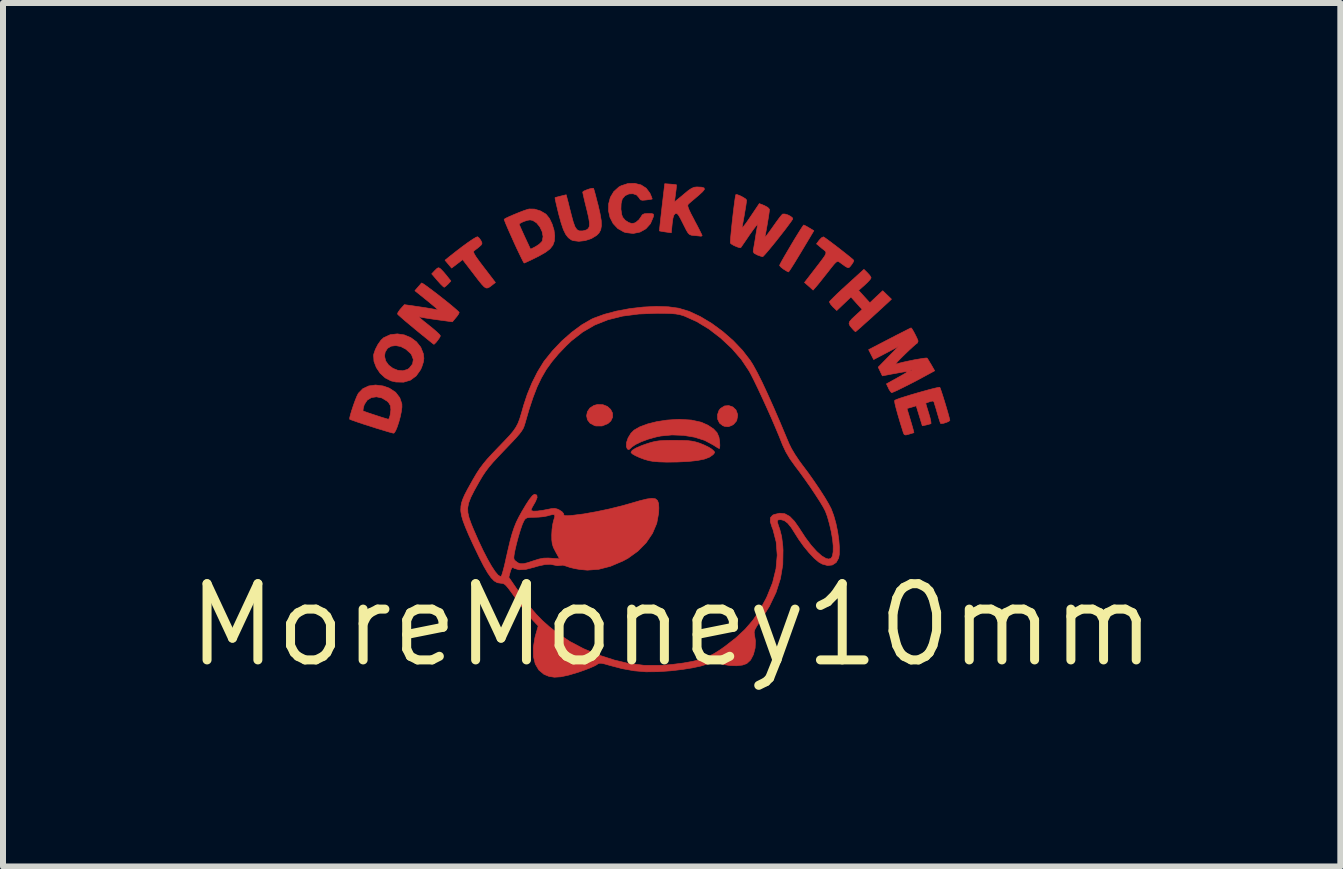
<source format=kicad_pcb>
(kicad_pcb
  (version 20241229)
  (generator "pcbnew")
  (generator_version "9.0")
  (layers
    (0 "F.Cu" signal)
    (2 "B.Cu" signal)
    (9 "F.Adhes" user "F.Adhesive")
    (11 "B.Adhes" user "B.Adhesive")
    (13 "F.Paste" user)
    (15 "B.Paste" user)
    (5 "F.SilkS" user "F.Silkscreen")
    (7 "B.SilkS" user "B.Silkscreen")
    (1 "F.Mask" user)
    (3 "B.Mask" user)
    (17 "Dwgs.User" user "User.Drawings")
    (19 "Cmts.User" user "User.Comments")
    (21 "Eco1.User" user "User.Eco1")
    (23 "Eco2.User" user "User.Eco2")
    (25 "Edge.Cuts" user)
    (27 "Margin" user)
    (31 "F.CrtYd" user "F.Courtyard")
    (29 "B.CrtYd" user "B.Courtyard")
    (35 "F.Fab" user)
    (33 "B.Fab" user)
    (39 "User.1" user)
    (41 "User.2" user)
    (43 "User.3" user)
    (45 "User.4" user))
  (footprint "MoreMoney10mm"
    (layer "F.Cu")
    (at 8.141 7.366)
    (property "Reference" "MoreMoney10mm" (at 0 0 0) (layer "F.SilkS") (effects (font (size 1.27 1.27) (thickness 0.15))))
    (attr through_hole)
    (fp_poly (pts (xy -1.145 -3.673) (xy -1.071 -3.644) (xy -1.016 -3.594) (xy -0.985 -3.533) (xy -0.983 -3.466) (xy -1.013 -3.402) (xy -1.063 -3.357) (xy -1.16 -3.318) (xy -1.263 -3.319) (xy -1.285 -3.325) (xy -1.359 -3.364) (xy -1.403 -3.422) (xy -1.417 -3.489) (xy -1.403 -3.558) (xy -1.361 -3.618) (xy -1.294 -3.661) (xy -1.236 -3.676) (xy -1.145 -3.673)) (stroke (width 0.01) (type solid)) (fill yes) (layer "F.Cu"))
    (fp_poly (pts (xy 1.02 -3.635) (xy 1.072 -3.585) (xy 1.099 -3.513) (xy 1.1 -3.488) (xy 1.084 -3.406) (xy 1.034 -3.347) (xy 1.002 -3.327) (xy 0.944 -3.306) (xy 0.887 -3.311) (xy 0.853 -3.323) (xy 0.798 -3.366) (xy 0.767 -3.431) (xy 0.764 -3.506) (xy 0.789 -3.578) (xy 0.814 -3.61) (xy 0.881 -3.652) (xy 0.953 -3.658) (xy 1.02 -3.635)) (stroke (width 0.01) (type solid)) (fill yes) (layer "F.Cu"))
    (fp_poly (pts (xy -3.854 -5.939) (xy -3.846 -5.932) (xy -3.808 -5.893) (xy -3.76 -5.837) (xy -3.742 -5.814) (xy -3.678 -5.734) (xy -3.726 -5.682) (xy -3.764 -5.647) (xy -3.789 -5.63) (xy -3.791 -5.63) (xy -3.811 -5.645) (xy -3.851 -5.684) (xy -3.9 -5.739) (xy -3.902 -5.741) (xy -3.998 -5.853) (xy -3.943 -5.911) (xy -3.905 -5.947) (xy -3.88 -5.955) (xy -3.854 -5.939)) (stroke (width 0.01) (type solid)) (fill yes) (layer "F.Cu"))
    (fp_poly (pts (xy 2.224 -6.657) (xy 2.27 -6.632) (xy 2.291 -6.619) (xy 2.37 -6.572) (xy 2.164 -6.228) (xy 2.099 -6.121) (xy 2.042 -6.027) (xy 1.995 -5.953) (xy 1.962 -5.903) (xy 1.948 -5.885) (xy 1.948 -5.885) (xy 1.924 -5.895) (xy 1.881 -5.921) (xy 1.868 -5.929) (xy 1.824 -5.962) (xy 1.8 -5.99) (xy 1.799 -5.994) (xy 1.809 -6.018) (xy 1.837 -6.07) (xy 1.879 -6.144) (xy 1.93 -6.231) (xy 1.986 -6.326) (xy 2.043 -6.422) (xy 2.097 -6.51) (xy 2.144 -6.585) (xy 2.179 -6.639) (xy 2.199 -6.666) (xy 2.201 -6.667) (xy 2.224 -6.657)) (stroke (width 0.01) (type solid)) (fill yes) (layer "F.Cu"))
    (fp_poly (pts (xy -3.204 -6.446) (xy -3.177 -6.406) (xy -3.163 -6.378) (xy -3.161 -6.355) (xy -3.176 -6.331) (xy -3.213 -6.298) (xy -3.277 -6.248) (xy -3.295 -6.234) (xy -3.301 -6.217) (xy -3.289 -6.186) (xy -3.258 -6.135) (xy -3.204 -6.06) (xy -3.129 -5.961) (xy -2.936 -5.709) (xy -2.987 -5.669) (xy -3.028 -5.637) (xy -3.061 -5.619) (xy -3.09 -5.617) (xy -3.123 -5.636) (xy -3.164 -5.679) (xy -3.22 -5.748) (xy -3.291 -5.841) (xy -3.482 -6.09) (xy -3.666 -5.949) (xy -3.721 -6.015) (xy -3.776 -6.08) (xy -3.714 -6.131) (xy -3.595 -6.225) (xy -3.485 -6.309) (xy -3.389 -6.379) (xy -3.312 -6.431) (xy -3.258 -6.463) (xy -3.233 -6.471) (xy -3.204 -6.446)) (stroke (width 0.01) (type solid)) (fill yes) (layer "F.Cu"))
    (fp_poly (pts (xy 0.329 -3.417) (xy 0.493 -3.381) (xy 0.605 -3.331) (xy 0.697 -3.27) (xy 0.756 -3.207) (xy 0.788 -3.134) (xy 0.8 -3.059) (xy 0.803 -2.995) (xy 0.8 -2.953) (xy 0.795 -2.942) (xy 0.77 -2.953) (xy 0.724 -2.982) (xy 0.691 -3.003) (xy 0.551 -3.078) (xy 0.384 -3.131) (xy 0.199 -3.162) (xy 0.006 -3.169) (xy -0.183 -3.151) (xy -0.259 -3.135) (xy -0.389 -3.099) (xy -0.505 -3.056) (xy -0.6 -3.011) (xy -0.664 -2.967) (xy -0.676 -2.954) (xy -0.712 -2.924) (xy -0.738 -2.935) (xy -0.754 -2.975) (xy -0.752 -3.042) (xy -0.725 -3.121) (xy -0.678 -3.197) (xy -0.626 -3.249) (xy -0.53 -3.304) (xy -0.401 -3.352) (xy -0.249 -3.39) (xy -0.083 -3.416) (xy 0.088 -3.428) (xy 0.131 -3.429) (xy 0.329 -3.417)) (stroke (width 0.01) (type solid)) (fill yes) (layer "F.Cu"))
    (fp_poly (pts (xy 0.168 -3.078) (xy 0.261 -3.075) (xy 0.335 -3.066) (xy 0.398 -3.053) (xy 0.463 -3.033) (xy 0.466 -3.032) (xy 0.547 -2.999) (xy 0.622 -2.962) (xy 0.667 -2.933) (xy 0.707 -2.898) (xy 0.717 -2.876) (xy 0.701 -2.853) (xy 0.688 -2.839) (xy 0.629 -2.798) (xy 0.544 -2.766) (xy 0.429 -2.743) (xy 0.28 -2.727) (xy 0.093 -2.718) (xy 0.085 -2.718) (xy -0.08 -2.716) (xy -0.21 -2.72) (xy -0.312 -2.729) (xy -0.376 -2.74) (xy -0.454 -2.762) (xy -0.534 -2.792) (xy -0.604 -2.824) (xy -0.656 -2.854) (xy -0.677 -2.878) (xy -0.677 -2.879) (xy -0.657 -2.912) (xy -0.596 -2.95) (xy -0.497 -2.993) (xy -0.423 -3.019) (xy -0.344 -3.044) (xy -0.275 -3.061) (xy -0.206 -3.071) (xy -0.123 -3.077) (xy -0.015 -3.079) (xy 0.042 -3.079) (xy 0.168 -3.078)) (stroke (width 0.01) (type solid)) (fill yes) (layer "F.Cu"))
    (fp_poly (pts (xy 2.532 -6.468) (xy 2.557 -6.452) (xy 2.607 -6.416) (xy 2.675 -6.365) (xy 2.753 -6.306) (xy 2.834 -6.243) (xy 2.91 -6.183) (xy 2.974 -6.132) (xy 3.018 -6.095) (xy 3.035 -6.078) (xy 3.029 -6.054) (xy 3.003 -6.013) (xy 2.995 -6.002) (xy 2.971 -5.972) (xy 2.952 -5.956) (xy 2.929 -5.958) (xy 2.893 -5.978) (xy 2.836 -6.019) (xy 2.801 -6.045) (xy 2.78 -6.058) (xy 2.76 -6.059) (xy 2.736 -6.044) (xy 2.702 -6.008) (xy 2.652 -5.946) (xy 2.61 -5.892) (xy 2.545 -5.81) (xy 2.484 -5.733) (xy 2.435 -5.672) (xy 2.411 -5.644) (xy 2.357 -5.582) (xy 2.286 -5.646) (xy 2.214 -5.709) (xy 2.372 -5.914) (xy 2.453 -6.019) (xy 2.511 -6.096) (xy 2.549 -6.149) (xy 2.568 -6.186) (xy 2.571 -6.212) (xy 2.559 -6.233) (xy 2.534 -6.254) (xy 2.502 -6.279) (xy 2.414 -6.353) (xy 2.46 -6.415) (xy 2.497 -6.454) (xy 2.528 -6.469) (xy 2.532 -6.468)) (stroke (width 0.01) (type solid)) (fill yes) (layer "F.Cu"))
    (fp_poly (pts (xy 3.263 -5.87) (xy 3.302 -5.827) (xy 3.322 -5.792) (xy 3.323 -5.787) (xy 3.308 -5.76) (xy 3.269 -5.717) (xy 3.219 -5.669) (xy 3.115 -5.577) (xy 3.303 -5.371) (xy 3.41 -5.472) (xy 3.517 -5.572) (xy 3.663 -5.431) (xy 3.615 -5.385) (xy 3.554 -5.329) (xy 3.48 -5.261) (xy 3.398 -5.186) (xy 3.314 -5.109) (xy 3.233 -5.037) (xy 3.162 -4.973) (xy 3.106 -4.924) (xy 3.072 -4.895) (xy 3.064 -4.889) (xy 3.045 -4.903) (xy 3.013 -4.937) (xy 3.013 -4.937) (xy 2.972 -4.986) (xy 2.956 -5.022) (xy 2.965 -5.058) (xy 3.004 -5.103) (xy 3.055 -5.151) (xy 3.174 -5.26) (xy 3.081 -5.363) (xy 2.988 -5.467) (xy 2.869 -5.354) (xy 2.751 -5.242) (xy 2.687 -5.303) (xy 2.649 -5.347) (xy 2.63 -5.381) (xy 2.629 -5.388) (xy 2.646 -5.409) (xy 2.69 -5.453) (xy 2.754 -5.516) (xy 2.835 -5.592) (xy 2.919 -5.669) (xy 3.204 -5.928) (xy 3.263 -5.87)) (stroke (width 0.01) (type solid)) (fill yes) (layer "F.Cu"))
    (fp_poly (pts (xy -4.455 -4.836) (xy -4.346 -4.79) (xy -4.252 -4.721) (xy -4.18 -4.63) (xy -4.137 -4.522) (xy -4.128 -4.444) (xy -4.137 -4.382) (xy -4.162 -4.305) (xy -4.182 -4.258) (xy -4.256 -4.153) (xy -4.352 -4.082) (xy -4.466 -4.048) (xy -4.595 -4.051) (xy -4.677 -4.07) (xy -4.773 -4.12) (xy -4.857 -4.197) (xy -4.921 -4.293) (xy -4.96 -4.396) (xy -4.965 -4.483) (xy -4.784 -4.483) (xy -4.765 -4.402) (xy -4.716 -4.333) (xy -4.645 -4.279) (xy -4.563 -4.246) (xy -4.478 -4.238) (xy -4.401 -4.261) (xy -4.372 -4.281) (xy -4.317 -4.351) (xy -4.304 -4.426) (xy -4.333 -4.503) (xy -4.35 -4.527) (xy -4.429 -4.598) (xy -4.513 -4.642) (xy -4.597 -4.658) (xy -4.673 -4.648) (xy -4.734 -4.612) (xy -4.773 -4.55) (xy -4.784 -4.483) (xy -4.965 -4.483) (xy -4.966 -4.497) (xy -4.963 -4.516) (xy -4.936 -4.595) (xy -4.893 -4.678) (xy -4.842 -4.749) (xy -4.799 -4.789) (xy -4.689 -4.839) (xy -4.571 -4.853) (xy -4.455 -4.836)) (stroke (width 0.01) (type solid)) (fill yes) (layer "F.Cu"))
    (fp_poly (pts (xy -0.51 -7.335) (xy -0.424 -7.28) (xy -0.363 -7.199) (xy -0.36 -7.193) (xy -0.337 -7.139) (xy -0.325 -7.105) (xy -0.324 -7.1) (xy -0.345 -7.095) (xy -0.395 -7.088) (xy -0.424 -7.084) (xy -0.485 -7.079) (xy -0.518 -7.086) (xy -0.537 -7.111) (xy -0.54 -7.118) (xy -0.582 -7.166) (xy -0.643 -7.188) (xy -0.712 -7.185) (xy -0.775 -7.156) (xy -0.82 -7.104) (xy -0.823 -7.099) (xy -0.842 -7.023) (xy -0.845 -6.93) (xy -0.832 -6.841) (xy -0.816 -6.796) (xy -0.774 -6.746) (xy -0.718 -6.709) (xy -0.664 -6.692) (xy -0.621 -6.699) (xy -0.595 -6.712) (xy -0.544 -6.755) (xy -0.512 -6.801) (xy -0.489 -6.837) (xy -0.456 -6.854) (xy -0.397 -6.858) (xy -0.388 -6.858) (xy -0.33 -6.857) (xy -0.304 -6.848) (xy -0.301 -6.825) (xy -0.306 -6.8) (xy -0.353 -6.689) (xy -0.429 -6.604) (xy -0.527 -6.549) (xy -0.64 -6.526) (xy -0.761 -6.54) (xy -0.794 -6.55) (xy -0.897 -6.608) (xy -0.975 -6.691) (xy -1.027 -6.793) (xy -1.052 -6.904) (xy -1.05 -7.019) (xy -1.021 -7.128) (xy -0.963 -7.225) (xy -0.878 -7.301) (xy -0.841 -7.321) (xy -0.728 -7.358) (xy -0.615 -7.361) (xy -0.51 -7.335)) (stroke (width 0.01) (type solid)) (fill yes) (layer "F.Cu"))
    (fp_poly (pts (xy -1.301 -7.277) (xy -1.294 -7.255) (xy -1.278 -7.2) (xy -1.257 -7.12) (xy -1.232 -7.022) (xy -1.227 -7.006) (xy -1.193 -6.857) (xy -1.173 -6.742) (xy -1.17 -6.654) (xy -1.182 -6.586) (xy -1.211 -6.533) (xy -1.249 -6.495) (xy -1.337 -6.441) (xy -1.441 -6.407) (xy -1.547 -6.395) (xy -1.641 -6.407) (xy -1.672 -6.419) (xy -1.721 -6.455) (xy -1.764 -6.51) (xy -1.804 -6.591) (xy -1.842 -6.704) (xy -1.882 -6.849) (xy -1.906 -6.949) (xy -1.926 -7.033) (xy -1.939 -7.093) (xy -1.943 -7.121) (xy -1.943 -7.122) (xy -1.92 -7.13) (xy -1.871 -7.143) (xy -1.847 -7.149) (xy -1.757 -7.171) (xy -1.737 -7.094) (xy -1.722 -7.038) (xy -1.702 -6.955) (xy -1.678 -6.862) (xy -1.67 -6.83) (xy -1.639 -6.716) (xy -1.61 -6.637) (xy -1.578 -6.59) (xy -1.54 -6.569) (xy -1.491 -6.568) (xy -1.474 -6.57) (xy -1.422 -6.584) (xy -1.388 -6.608) (xy -1.37 -6.646) (xy -1.369 -6.706) (xy -1.383 -6.793) (xy -1.411 -6.913) (xy -1.417 -6.937) (xy -1.442 -7.037) (xy -1.462 -7.122) (xy -1.476 -7.184) (xy -1.482 -7.215) (xy -1.482 -7.216) (xy -1.464 -7.232) (xy -1.42 -7.251) (xy -1.368 -7.269) (xy -1.323 -7.279) (xy -1.301 -7.277)) (stroke (width 0.01) (type solid)) (fill yes) (layer "F.Cu"))
    (fp_poly (pts (xy -4.808 -3.985) (xy -4.705 -3.949) (xy -4.6 -3.88) (xy -4.53 -3.789) (xy -4.495 -3.686) (xy -4.494 -3.632) (xy -4.504 -3.557) (xy -4.522 -3.47) (xy -4.546 -3.382) (xy -4.573 -3.301) (xy -4.599 -3.239) (xy -4.623 -3.203) (xy -4.634 -3.198) (xy -4.664 -3.205) (xy -4.728 -3.223) (xy -4.817 -3.25) (xy -4.924 -3.282) (xy -5.01 -3.31) (xy -5.124 -3.346) (xy -5.223 -3.379) (xy -5.3 -3.406) (xy -5.35 -3.424) (xy -5.364 -3.43) (xy -5.364 -3.455) (xy -5.351 -3.509) (xy -5.332 -3.573) (xy -5.143 -3.573) (xy -5.142 -3.569) (xy -5.119 -3.56) (xy -5.067 -3.541) (xy -4.996 -3.517) (xy -4.916 -3.491) (xy -4.837 -3.465) (xy -4.771 -3.445) (xy -4.728 -3.432) (xy -4.718 -3.43) (xy -4.705 -3.448) (xy -4.692 -3.492) (xy -4.691 -3.495) (xy -4.678 -3.589) (xy -4.685 -3.656) (xy -4.715 -3.707) (xy -4.741 -3.732) (xy -4.828 -3.785) (xy -4.918 -3.804) (xy -5.002 -3.792) (xy -5.072 -3.749) (xy -5.119 -3.678) (xy -5.125 -3.662) (xy -5.139 -3.607) (xy -5.143 -3.573) (xy -5.332 -3.573) (xy -5.329 -3.582) (xy -5.302 -3.664) (xy -5.273 -3.744) (xy -5.245 -3.813) (xy -5.222 -3.859) (xy -5.22 -3.863) (xy -5.146 -3.939) (xy -5.048 -3.985) (xy -4.933 -4.001) (xy -4.808 -3.985)) (stroke (width 0.01) (type solid)) (fill yes) (layer "F.Cu"))
    (fp_poly (pts (xy -2.284 -6.932) (xy -2.187 -6.902) (xy -2.102 -6.853) (xy -2.088 -6.841) (xy -2.036 -6.776) (xy -1.992 -6.684) (xy -1.96 -6.582) (xy -1.948 -6.486) (xy -1.948 -6.485) (xy -1.954 -6.4) (xy -1.979 -6.33) (xy -2.027 -6.269) (xy -2.103 -6.211) (xy -2.214 -6.148) (xy -2.244 -6.133) (xy -2.327 -6.092) (xy -2.397 -6.059) (xy -2.443 -6.038) (xy -2.457 -6.033) (xy -2.47 -6.051) (xy -2.496 -6.102) (xy -2.534 -6.18) (xy -2.581 -6.278) (xy -2.633 -6.391) (xy -2.634 -6.394) (xy -2.685 -6.508) (xy -2.729 -6.607) (xy -2.759 -6.679) (xy -2.54 -6.679) (xy -2.532 -6.658) (xy -2.509 -6.606) (xy -2.476 -6.533) (xy -2.446 -6.467) (xy -2.351 -6.264) (xy -2.265 -6.308) (xy -2.207 -6.346) (xy -2.164 -6.388) (xy -2.155 -6.402) (xy -2.142 -6.475) (xy -2.158 -6.557) (xy -2.196 -6.636) (xy -2.25 -6.702) (xy -2.314 -6.743) (xy -2.359 -6.752) (xy -2.404 -6.745) (xy -2.459 -6.727) (xy -2.509 -6.705) (xy -2.538 -6.685) (xy -2.54 -6.679) (xy -2.759 -6.679) (xy -2.763 -6.687) (xy -2.784 -6.741) (xy -2.791 -6.762) (xy -2.791 -6.762) (xy -2.761 -6.781) (xy -2.702 -6.809) (xy -2.625 -6.842) (xy -2.542 -6.876) (xy -2.464 -6.906) (xy -2.401 -6.927) (xy -2.372 -6.934) (xy -2.284 -6.932)) (stroke (width 0.01) (type solid)) (fill yes) (layer "F.Cu"))
    (fp_poly (pts (xy -4.148 -5.693) (xy -4.103 -5.663) (xy -4.038 -5.615) (xy -3.959 -5.556) (xy -3.872 -5.489) (xy -3.784 -5.42) (xy -3.701 -5.353) (xy -3.629 -5.293) (xy -3.575 -5.246) (xy -3.544 -5.216) (xy -3.54 -5.21) (xy -3.549 -5.186) (xy -3.578 -5.144) (xy -3.594 -5.125) (xy -3.653 -5.054) (xy -3.913 -5.089) (xy -4.016 -5.104) (xy -4.106 -5.118) (xy -4.173 -5.13) (xy -4.208 -5.138) (xy -4.208 -5.138) (xy -4.207 -5.131) (xy -4.177 -5.103) (xy -4.123 -5.058) (xy -4.051 -5.001) (xy -4.048 -4.998) (xy -3.971 -4.936) (xy -3.909 -4.882) (xy -3.867 -4.841) (xy -3.853 -4.82) (xy -3.865 -4.793) (xy -3.893 -4.752) (xy -3.926 -4.71) (xy -3.954 -4.683) (xy -3.962 -4.679) (xy -3.98 -4.692) (xy -4.025 -4.728) (xy -4.092 -4.782) (xy -4.176 -4.85) (xy -4.265 -4.923) (xy -4.36 -5.002) (xy -4.444 -5.072) (xy -4.509 -5.129) (xy -4.553 -5.168) (xy -4.568 -5.185) (xy -4.559 -5.211) (xy -4.529 -5.254) (xy -4.514 -5.272) (xy -4.453 -5.34) (xy -4.204 -5.304) (xy -4.103 -5.289) (xy -4.015 -5.274) (xy -3.951 -5.263) (xy -3.919 -5.256) (xy -3.896 -5.25) (xy -3.905 -5.264) (xy -3.916 -5.275) (xy -3.945 -5.301) (xy -3.999 -5.346) (xy -4.068 -5.403) (xy -4.113 -5.439) (xy -4.278 -5.572) (xy -4.23 -5.628) (xy -4.193 -5.67) (xy -4.169 -5.699) (xy -4.167 -5.701) (xy -4.148 -5.693)) (stroke (width 0.01) (type solid)) (fill yes) (layer "F.Cu"))
    (fp_poly (pts (xy -0.021 -7.348) (xy 0.037 -7.343) (xy 0.074 -7.338) (xy 0.08 -7.336) (xy 0.08 -7.314) (xy 0.075 -7.261) (xy 0.066 -7.195) (xy 0.057 -7.125) (xy 0.051 -7.075) (xy 0.05 -7.056) (xy 0.066 -7.067) (xy 0.107 -7.1) (xy 0.166 -7.148) (xy 0.2 -7.177) (xy 0.276 -7.24) (xy 0.331 -7.277) (xy 0.376 -7.296) (xy 0.419 -7.301) (xy 0.422 -7.301) (xy 0.5 -7.297) (xy 0.541 -7.284) (xy 0.546 -7.26) (xy 0.514 -7.22) (xy 0.448 -7.16) (xy 0.442 -7.155) (xy 0.375 -7.098) (xy 0.319 -7.051) (xy 0.283 -7.019) (xy 0.278 -7.015) (xy 0.269 -6.998) (xy 0.272 -6.97) (xy 0.289 -6.924) (xy 0.322 -6.854) (xy 0.375 -6.754) (xy 0.378 -6.746) (xy 0.427 -6.655) (xy 0.467 -6.577) (xy 0.495 -6.52) (xy 0.508 -6.492) (xy 0.508 -6.49) (xy 0.492 -6.48) (xy 0.482 -6.481) (xy 0.445 -6.485) (xy 0.386 -6.491) (xy 0.369 -6.492) (xy 0.329 -6.497) (xy 0.3 -6.508) (xy 0.275 -6.532) (xy 0.247 -6.577) (xy 0.21 -6.65) (xy 0.191 -6.688) (xy 0.147 -6.775) (xy 0.116 -6.829) (xy 0.093 -6.855) (xy 0.073 -6.861) (xy 0.061 -6.857) (xy 0.038 -6.832) (xy 0.022 -6.781) (xy 0.01 -6.697) (xy 0.009 -6.687) (xy -0.006 -6.537) (xy -0.103 -6.551) (xy -0.161 -6.56) (xy -0.198 -6.567) (xy -0.203 -6.569) (xy -0.202 -6.59) (xy -0.196 -6.646) (xy -0.187 -6.732) (xy -0.175 -6.839) (xy -0.161 -6.963) (xy -0.161 -6.964) (xy -0.115 -7.355) (xy -0.021 -7.348)) (stroke (width 0.01) (type solid)) (fill yes) (layer "F.Cu"))
    (fp_poly (pts (xy 4.005 -4.936) (xy 4.031 -4.893) (xy 4.06 -4.838) (xy 4.087 -4.783) (xy 4.104 -4.742) (xy 4.106 -4.73) (xy 4.094 -4.7) (xy 4.087 -4.695) (xy 4.065 -4.679) (xy 4.02 -4.639) (xy 3.957 -4.581) (xy 3.884 -4.511) (xy 3.883 -4.51) (xy 3.816 -4.444) (xy 3.766 -4.392) (xy 3.738 -4.358) (xy 3.736 -4.348) (xy 3.738 -4.348) (xy 3.785 -4.363) (xy 3.857 -4.381) (xy 3.944 -4.4) (xy 4.035 -4.419) (xy 4.122 -4.434) (xy 4.195 -4.446) (xy 4.243 -4.451) (xy 4.257 -4.449) (xy 4.274 -4.424) (xy 4.304 -4.374) (xy 4.327 -4.336) (xy 4.383 -4.238) (xy 4.208 -4.143) (xy 4.095 -4.082) (xy 3.983 -4.024) (xy 3.878 -3.971) (xy 3.787 -3.926) (xy 3.717 -3.893) (xy 3.675 -3.876) (xy 3.666 -3.873) (xy 3.647 -3.891) (xy 3.62 -3.933) (xy 3.614 -3.947) (xy 3.579 -4.02) (xy 3.774 -4.128) (xy 3.852 -4.172) (xy 3.902 -4.202) (xy 3.92 -4.218) (xy 3.905 -4.223) (xy 3.854 -4.217) (xy 3.765 -4.201) (xy 3.666 -4.183) (xy 3.511 -4.153) (xy 3.468 -4.244) (xy 3.979 -4.244) (xy 3.99 -4.233) (xy 4 -4.244) (xy 3.99 -4.255) (xy 3.979 -4.244) (xy 3.468 -4.244) (xy 3.442 -4.298) (xy 3.61 -4.47) (xy 3.778 -4.642) (xy 3.572 -4.533) (xy 3.366 -4.425) (xy 3.324 -4.507) (xy 3.282 -4.59) (xy 3.633 -4.772) (xy 3.743 -4.829) (xy 3.84 -4.878) (xy 3.918 -4.918) (xy 3.97 -4.944) (xy 3.99 -4.953) (xy 3.99 -4.953) (xy 4.005 -4.936)) (stroke (width 0.01) (type solid)) (fill yes) (layer "F.Cu"))
    (fp_poly (pts (xy 4.468 -3.963) (xy 4.479 -3.938) (xy 4.498 -3.882) (xy 4.523 -3.805) (xy 4.551 -3.715) (xy 4.579 -3.622) (xy 4.604 -3.536) (xy 4.623 -3.466) (xy 4.634 -3.422) (xy 4.636 -3.413) (xy 4.618 -3.395) (xy 4.576 -3.377) (xy 4.528 -3.362) (xy 4.49 -3.358) (xy 4.48 -3.362) (xy 4.471 -3.388) (xy 4.453 -3.443) (xy 4.431 -3.518) (xy 4.426 -3.535) (xy 4.403 -3.614) (xy 4.383 -3.678) (xy 4.372 -3.716) (xy 4.371 -3.719) (xy 4.353 -3.734) (xy 4.312 -3.727) (xy 4.298 -3.722) (xy 4.254 -3.706) (xy 4.233 -3.697) (xy 4.233 -3.697) (xy 4.239 -3.677) (xy 4.254 -3.626) (xy 4.276 -3.554) (xy 4.284 -3.529) (xy 4.306 -3.453) (xy 4.319 -3.393) (xy 4.322 -3.36) (xy 4.321 -3.357) (xy 4.292 -3.348) (xy 4.243 -3.335) (xy 4.242 -3.335) (xy 4.177 -3.321) (xy 4.126 -3.487) (xy 4.075 -3.654) (xy 3.998 -3.631) (xy 3.921 -3.609) (xy 3.981 -3.409) (xy 4.006 -3.324) (xy 4.025 -3.257) (xy 4.035 -3.215) (xy 4.037 -3.206) (xy 4.016 -3.2) (xy 3.969 -3.186) (xy 3.954 -3.181) (xy 3.902 -3.168) (xy 3.876 -3.175) (xy 3.86 -3.207) (xy 3.855 -3.225) (xy 3.802 -3.395) (xy 3.763 -3.529) (xy 3.736 -3.628) (xy 3.72 -3.695) (xy 3.715 -3.734) (xy 3.718 -3.746) (xy 3.746 -3.759) (xy 3.805 -3.781) (xy 3.888 -3.807) (xy 3.987 -3.838) (xy 4.093 -3.869) (xy 4.2 -3.899) (xy 4.298 -3.926) (xy 4.381 -3.947) (xy 4.44 -3.96) (xy 4.467 -3.963) (xy 4.468 -3.963)) (stroke (width 0.01) (type solid)) (fill yes) (layer "F.Cu"))
    (fp_poly (pts (xy 1.095 -7.172) (xy 1.14 -7.155) (xy 1.19 -7.129) (xy 1.231 -7.103) (xy 1.249 -7.082) (xy 1.249 -7.082) (xy 1.245 -7.047) (xy 1.236 -6.982) (xy 1.222 -6.9) (xy 1.207 -6.811) (xy 1.192 -6.728) (xy 1.18 -6.662) (xy 1.174 -6.636) (xy 1.177 -6.624) (xy 1.201 -6.647) (xy 1.244 -6.703) (xy 1.305 -6.792) (xy 1.309 -6.798) (xy 1.461 -7.024) (xy 1.545 -6.991) (xy 1.601 -6.961) (xy 1.628 -6.931) (xy 1.63 -6.924) (xy 1.626 -6.887) (xy 1.617 -6.821) (xy 1.603 -6.737) (xy 1.588 -6.647) (xy 1.573 -6.563) (xy 1.56 -6.497) (xy 1.553 -6.466) (xy 1.559 -6.466) (xy 1.585 -6.496) (xy 1.626 -6.551) (xy 1.679 -6.625) (xy 1.684 -6.632) (xy 1.742 -6.714) (xy 1.793 -6.783) (xy 1.831 -6.831) (xy 1.851 -6.85) (xy 1.888 -6.85) (xy 1.937 -6.835) (xy 1.983 -6.811) (xy 2.014 -6.785) (xy 2.018 -6.767) (xy 1.989 -6.723) (xy 1.941 -6.658) (xy 1.881 -6.578) (xy 1.812 -6.49) (xy 1.741 -6.4) (xy 1.672 -6.315) (xy 1.61 -6.24) (xy 1.56 -6.182) (xy 1.527 -6.147) (xy 1.517 -6.139) (xy 1.482 -6.148) (xy 1.429 -6.167) (xy 1.422 -6.171) (xy 1.375 -6.196) (xy 1.359 -6.224) (xy 1.363 -6.26) (xy 1.372 -6.311) (xy 1.385 -6.386) (xy 1.398 -6.466) (xy 1.411 -6.549) (xy 1.424 -6.622) (xy 1.433 -6.668) (xy 1.427 -6.672) (xy 1.402 -6.645) (xy 1.362 -6.593) (xy 1.31 -6.52) (xy 1.302 -6.509) (xy 1.246 -6.426) (xy 1.199 -6.358) (xy 1.166 -6.31) (xy 1.152 -6.29) (xy 1.152 -6.29) (xy 1.128 -6.29) (xy 1.084 -6.305) (xy 1.034 -6.327) (xy 0.994 -6.351) (xy 0.979 -6.366) (xy 0.979 -6.393) (xy 0.983 -6.454) (xy 0.991 -6.54) (xy 1.001 -6.643) (xy 1.013 -6.755) (xy 1.026 -6.869) (xy 1.039 -6.975) (xy 1.051 -7.066) (xy 1.061 -7.134) (xy 1.069 -7.17) (xy 1.07 -7.174) (xy 1.095 -7.172)) (stroke (width 0.01) (type solid)) (fill yes) (layer "F.Cu"))
    (fp_poly (pts (xy -0.052 -5.304) (xy 0.116 -5.281) (xy 0.292 -5.228) (xy 0.478 -5.141) (xy 0.668 -5.027) (xy 0.853 -4.891) (xy 1.027 -4.739) (xy 1.182 -4.576) (xy 1.311 -4.408) (xy 1.358 -4.333) (xy 1.426 -4.209) (xy 1.507 -4.048) (xy 1.598 -3.853) (xy 1.699 -3.628) (xy 1.808 -3.376) (xy 1.924 -3.1) (xy 1.957 -3.022) (xy 1.997 -2.941) (xy 2.056 -2.842) (xy 2.125 -2.739) (xy 2.168 -2.68) (xy 2.272 -2.542) (xy 2.373 -2.399) (xy 2.467 -2.26) (xy 2.55 -2.131) (xy 2.615 -2.021) (xy 2.658 -1.939) (xy 2.7 -1.828) (xy 2.737 -1.697) (xy 2.766 -1.557) (xy 2.786 -1.417) (xy 2.796 -1.288) (xy 2.794 -1.181) (xy 2.783 -1.118) (xy 2.742 -1.044) (xy 2.678 -1.002) (xy 2.598 -0.993) (xy 2.508 -1.018) (xy 2.449 -1.052) (xy 2.375 -1.115) (xy 2.29 -1.205) (xy 2.201 -1.313) (xy 2.118 -1.429) (xy 2.064 -1.514) (xy 1.994 -1.625) (xy 1.933 -1.7) (xy 1.877 -1.742) (xy 1.822 -1.757) (xy 1.817 -1.757) (xy 1.782 -1.755) (xy 1.764 -1.745) (xy 1.762 -1.718) (xy 1.777 -1.667) (xy 1.802 -1.596) (xy 1.833 -1.475) (xy 1.852 -1.32) (xy 1.856 -1.249) (xy 1.852 -1.008) (xy 1.813 -0.776) (xy 1.74 -0.546) (xy 1.629 -0.314) (xy 1.48 -0.074) (xy 1.473 -0.064) (xy 1.418 0.018) (xy 1.387 0.074) (xy 1.375 0.115) (xy 1.378 0.148) (xy 1.397 0.265) (xy 1.391 0.383) (xy 1.362 0.492) (xy 1.315 0.582) (xy 1.251 0.641) (xy 1.179 0.666) (xy 1.082 0.677) (xy 0.976 0.674) (xy 0.874 0.658) (xy 0.811 0.636) (xy 0.762 0.615) (xy 0.725 0.607) (xy 0.685 0.614) (xy 0.626 0.635) (xy 0.6 0.646) (xy 0.49 0.681) (xy 0.347 0.712) (xy 0.177 0.739) (xy -0.011 0.761) (xy -0.209 0.775) (xy -0.222 0.776) (xy -0.428 0.778) (xy -0.626 0.761) (xy -0.83 0.724) (xy -1.028 0.672) (xy -1.112 0.648) (xy -1.166 0.636) (xy -1.201 0.635) (xy -1.227 0.644) (xy -1.252 0.662) (xy -1.293 0.684) (xy -1.364 0.715) (xy -1.455 0.75) (xy -1.555 0.785) (xy -1.716 0.833) (xy -1.846 0.861) (xy -1.953 0.868) (xy -2.044 0.854) (xy -2.124 0.821) (xy -2.127 0.82) (xy -2.213 0.748) (xy -2.272 0.648) (xy -2.303 0.522) (xy -2.305 0.374) (xy -2.278 0.208) (xy -2.265 0.16) (xy -2.223 0.014) (xy -2.325 -0.094) (xy -2.375 -0.152) (xy -2.442 -0.235) (xy -2.516 -0.332) (xy -2.59 -0.433) (xy -2.602 -0.45) (xy -2.671 -0.547) (xy -2.722 -0.615) (xy -2.759 -0.659) (xy -2.788 -0.684) (xy -2.815 -0.695) (xy -2.844 -0.698) (xy -2.852 -0.699) (xy -2.905 -0.707) (xy -2.956 -0.736) (xy -3.008 -0.789) (xy -3.065 -0.87) (xy -3.13 -0.982) (xy -3.206 -1.13) (xy -3.215 -1.149) (xy -3.307 -1.341) (xy -3.38 -1.5) (xy -3.435 -1.63) (xy -3.475 -1.735) (xy -3.5 -1.82) (xy -3.512 -1.889) (xy -3.514 -1.922) (xy -3.512 -1.954) (xy -3.398 -1.954) (xy -3.395 -1.874) (xy -3.375 -1.787) (xy -3.338 -1.684) (xy -3.299 -1.59) (xy -3.219 -1.408) (xy -3.142 -1.245) (xy -3.069 -1.103) (xy -3.002 -0.985) (xy -2.943 -0.895) (xy -2.894 -0.836) (xy -2.857 -0.811) (xy -2.838 -0.816) (xy -2.827 -0.844) (xy -2.809 -0.904) (xy -2.787 -0.988) (xy -2.764 -1.087) (xy -2.764 -1.09) (xy -2.757 -1.121) (xy -2.63 -1.121) (xy -2.624 -1.093) (xy -2.607 -1.073) (xy -2.606 -1.072) (xy -2.563 -1.039) (xy -2.521 -1.023) (xy -2.47 -1.023) (xy -2.4 -1.04) (xy -2.306 -1.071) (xy -2.211 -1.101) (xy -2.134 -1.116) (xy -2.057 -1.118) (xy -2.008 -1.115) (xy -1.868 -1.104) (xy -1.934 -1.224) (xy -1.97 -1.294) (xy -1.989 -1.354) (xy -1.997 -1.421) (xy -1.998 -1.503) (xy -1.993 -1.596) (xy -1.98 -1.686) (xy -1.964 -1.752) (xy -1.947 -1.807) (xy -1.95 -1.837) (xy -1.98 -1.843) (xy -2.041 -1.829) (xy -2.074 -1.819) (xy -2.136 -1.807) (xy -2.219 -1.799) (xy -2.287 -1.797) (xy -2.364 -1.795) (xy -2.409 -1.788) (xy -2.437 -1.772) (xy -2.459 -1.742) (xy -2.46 -1.74) (xy -2.488 -1.679) (xy -2.52 -1.586) (xy -2.554 -1.473) (xy -2.587 -1.348) (xy -2.611 -1.244) (xy -2.625 -1.168) (xy -2.63 -1.121) (xy -2.757 -1.121) (xy -2.724 -1.266) (xy -2.69 -1.409) (xy -2.658 -1.525) (xy -2.625 -1.624) (xy -2.589 -1.714) (xy -2.546 -1.801) (xy -2.494 -1.895) (xy -2.43 -2.002) (xy -2.428 -2.006) (xy -2.369 -2.096) (xy -2.321 -2.156) (xy -2.288 -2.18) (xy -2.285 -2.18) (xy -2.247 -2.167) (xy -2.241 -2.127) (xy -2.268 -2.06) (xy -2.289 -2.023) (xy -2.322 -1.966) (xy -2.34 -1.925) (xy -2.341 -1.91) (xy -2.305 -1.899) (xy -2.236 -1.901) (xy -2.141 -1.914) (xy -2.08 -1.926) (xy -2.004 -1.941) (xy -1.953 -1.945) (xy -1.91 -1.936) (xy -1.874 -1.92) (xy -1.826 -1.889) (xy -1.8 -1.857) (xy -1.799 -1.85) (xy -1.794 -1.832) (xy -1.774 -1.824) (xy -1.729 -1.823) (xy -1.652 -1.829) (xy -1.646 -1.83) (xy -1.463 -1.853) (xy -1.255 -1.89) (xy -1.037 -1.936) (xy -0.823 -1.989) (xy -0.678 -2.03) (xy -0.527 -2.074) (xy -0.412 -2.102) (xy -0.328 -2.113) (xy -0.27 -2.105) (xy -0.235 -2.076) (xy -0.217 -2.025) (xy -0.213 -1.951) (xy -0.216 -1.87) (xy -0.248 -1.696) (xy -0.319 -1.529) (xy -0.425 -1.372) (xy -0.562 -1.233) (xy -0.727 -1.114) (xy -0.813 -1.068) (xy -1.02 -0.98) (xy -1.215 -0.93) (xy -1.404 -0.916) (xy -1.526 -0.927) (xy -1.614 -0.942) (xy -1.693 -0.961) (xy -1.746 -0.979) (xy -1.751 -0.981) (xy -1.811 -0.999) (xy -1.852 -0.995) (xy -1.905 -0.99) (xy -1.943 -0.998) (xy -2.02 -1.014) (xy -2.112 -1.009) (xy -2.229 -0.983) (xy -2.296 -0.963) (xy -2.433 -0.928) (xy -2.542 -0.922) (xy -2.623 -0.946) (xy -2.639 -0.957) (xy -2.659 -0.957) (xy -2.678 -0.922) (xy -2.689 -0.887) (xy -2.713 -0.797) (xy -2.581 -0.605) (xy -2.462 -0.437) (xy -2.355 -0.297) (xy -2.254 -0.179) (xy -2.15 -0.073) (xy -2.035 0.029) (xy -1.902 0.134) (xy -1.894 0.14) (xy -1.697 0.272) (xy -1.469 0.392) (xy -1.218 0.497) (xy -0.955 0.582) (xy -0.738 0.634) (xy -0.459 0.67) (xy -0.16 0.67) (xy 0.011 0.655) (xy 0.199 0.631) (xy 0.354 0.603) (xy 0.484 0.571) (xy 0.599 0.529) (xy 0.705 0.476) (xy 0.813 0.408) (xy 0.889 0.354) (xy 1.073 0.21) (xy 1.224 0.069) (xy 1.352 -0.079) (xy 1.464 -0.243) (xy 1.568 -0.433) (xy 1.589 -0.476) (xy 1.682 -0.707) (xy 1.739 -0.939) (xy 1.759 -1.166) (xy 1.742 -1.385) (xy 1.689 -1.591) (xy 1.671 -1.636) (xy 1.643 -1.725) (xy 1.646 -1.789) (xy 1.682 -1.831) (xy 1.707 -1.843) (xy 1.801 -1.865) (xy 1.886 -1.856) (xy 1.967 -1.812) (xy 2.046 -1.731) (xy 2.13 -1.611) (xy 2.138 -1.597) (xy 2.232 -1.454) (xy 2.326 -1.329) (xy 2.417 -1.228) (xy 2.501 -1.153) (xy 2.574 -1.11) (xy 2.617 -1.101) (xy 2.655 -1.112) (xy 2.679 -1.151) (xy 2.691 -1.221) (xy 2.692 -1.32) (xy 2.682 -1.426) (xy 2.66 -1.555) (xy 2.629 -1.689) (xy 2.594 -1.812) (xy 2.562 -1.898) (xy 2.527 -1.965) (xy 2.471 -2.058) (xy 2.398 -2.171) (xy 2.314 -2.297) (xy 2.222 -2.428) (xy 2.128 -2.558) (xy 2.061 -2.646) (xy 1.97 -2.773) (xy 1.902 -2.888) (xy 1.847 -3.006) (xy 1.835 -3.037) (xy 1.787 -3.157) (xy 1.727 -3.3) (xy 1.66 -3.456) (xy 1.587 -3.619) (xy 1.513 -3.781) (xy 1.442 -3.933) (xy 1.377 -4.068) (xy 1.322 -4.177) (xy 1.29 -4.235) (xy 1.163 -4.425) (xy 1.004 -4.609) (xy 0.821 -4.78) (xy 0.624 -4.932) (xy 0.419 -5.057) (xy 0.216 -5.148) (xy 0.191 -5.157) (xy 0.133 -5.174) (xy 0.067 -5.185) (xy -0.014 -5.192) (xy -0.121 -5.195) (xy -0.243 -5.196) (xy -0.546 -5.184) (xy -0.817 -5.149) (xy -1.061 -5.088) (xy -1.282 -5) (xy -1.483 -4.883) (xy -1.67 -4.737) (xy -1.76 -4.651) (xy -1.888 -4.517) (xy -1.996 -4.388) (xy -2.089 -4.259) (xy -2.169 -4.121) (xy -2.242 -3.969) (xy -2.309 -3.795) (xy -2.376 -3.593) (xy -2.444 -3.358) (xy -2.458 -3.314) (xy -2.475 -3.274) (xy -2.501 -3.232) (xy -2.538 -3.183) (xy -2.592 -3.121) (xy -2.667 -3.041) (xy -2.766 -2.937) (xy -2.779 -2.924) (xy -2.889 -2.808) (xy -2.975 -2.715) (xy -3.043 -2.635) (xy -3.099 -2.561) (xy -3.15 -2.485) (xy -3.201 -2.399) (xy -3.214 -2.376) (xy -3.291 -2.238) (xy -3.347 -2.127) (xy -3.382 -2.035) (xy -3.398 -1.954) (xy -3.512 -1.954) (xy -3.511 -1.98) (xy -3.501 -2.036) (xy -3.481 -2.097) (xy -3.449 -2.171) (xy -3.4 -2.265) (xy -3.333 -2.385) (xy -3.306 -2.433) (xy -3.25 -2.528) (xy -3.197 -2.609) (xy -3.14 -2.685) (xy -3.074 -2.765) (xy -2.99 -2.856) (xy -2.883 -2.968) (xy -2.877 -2.974) (xy -2.775 -3.08) (xy -2.696 -3.164) (xy -2.638 -3.234) (xy -2.594 -3.298) (xy -2.559 -3.365) (xy -2.53 -3.442) (xy -2.501 -3.538) (xy -2.466 -3.661) (xy -2.466 -3.662) (xy -2.405 -3.847) (xy -2.326 -4.038) (xy -2.235 -4.219) (xy -2.139 -4.376) (xy -2.126 -4.396) (xy -1.989 -4.567) (xy -1.834 -4.731) (xy -1.667 -4.878) (xy -1.498 -5.003) (xy -1.334 -5.098) (xy -1.299 -5.114) (xy -1.121 -5.179) (xy -0.917 -5.233) (xy -0.698 -5.274) (xy -0.473 -5.3) (xy -0.254 -5.311) (xy -0.052 -5.304)) (stroke (width 0.01) (type solid)) (fill yes) (layer "F.Cu"))
    (fp_poly (pts (xy -3.883 -5.946) (xy -3.859 -5.93) (xy -3.818 -5.891) (xy -3.77 -5.839) (xy -3.676 -5.735) (xy -3.726 -5.683) (xy -3.762 -5.648) (xy -3.786 -5.633) (xy -3.787 -5.633) (xy -3.806 -5.648) (xy -3.846 -5.687) (xy -3.896 -5.742) (xy -3.9 -5.745) (xy -4 -5.856) (xy -3.951 -5.902) (xy -3.911 -5.933) (xy -3.883 -5.946) (xy -3.883 -5.946)) (stroke (width 0.01) (type solid)) (fill yes) (layer "F.Mask"))
    (fp_poly (pts (xy 2.214 -6.662) (xy 2.253 -6.64) (xy 2.297 -6.608) (xy 2.332 -6.576) (xy 2.345 -6.553) (xy 2.345 -6.552) (xy 2.333 -6.525) (xy 2.303 -6.47) (xy 2.26 -6.395) (xy 2.208 -6.307) (xy 2.152 -6.212) (xy 2.095 -6.118) (xy 2.042 -6.031) (xy 1.997 -5.959) (xy 1.965 -5.909) (xy 1.948 -5.887) (xy 1.947 -5.887) (xy 1.924 -5.898) (xy 1.88 -5.923) (xy 1.868 -5.93) (xy 1.824 -5.962) (xy 1.8 -5.987) (xy 1.799 -5.991) (xy 1.809 -6.012) (xy 1.837 -6.062) (xy 1.878 -6.135) (xy 1.929 -6.222) (xy 1.984 -6.318) (xy 2.041 -6.414) (xy 2.094 -6.504) (xy 2.14 -6.58) (xy 2.174 -6.636) (xy 2.193 -6.664) (xy 2.193 -6.665) (xy 2.214 -6.662)) (stroke (width 0.01) (type solid)) (fill yes) (layer "F.Mask"))
    (fp_poly (pts (xy -4.458 -4.832) (xy -4.347 -4.784) (xy -4.239 -4.702) (xy -4.168 -4.603) (xy -4.134 -4.492) (xy -4.138 -4.376) (xy -4.181 -4.26) (xy -4.241 -4.175) (xy -4.337 -4.093) (xy -4.447 -4.05) (xy -4.567 -4.048) (xy -4.698 -4.087) (xy -4.71 -4.093) (xy -4.827 -4.167) (xy -4.909 -4.26) (xy -4.955 -4.368) (xy -4.962 -4.455) (xy -4.788 -4.455) (xy -4.756 -4.378) (xy -4.692 -4.31) (xy -4.641 -4.277) (xy -4.539 -4.239) (xy -4.45 -4.24) (xy -4.374 -4.281) (xy -4.359 -4.295) (xy -4.319 -4.345) (xy -4.298 -4.392) (xy -4.297 -4.402) (xy -4.315 -4.481) (xy -4.364 -4.551) (xy -4.434 -4.606) (xy -4.517 -4.642) (xy -4.602 -4.656) (xy -4.681 -4.643) (xy -4.741 -4.604) (xy -4.783 -4.533) (xy -4.788 -4.455) (xy -4.962 -4.455) (xy -4.964 -4.484) (xy -4.933 -4.604) (xy -4.887 -4.688) (xy -4.803 -4.775) (xy -4.699 -4.829) (xy -4.582 -4.848) (xy -4.458 -4.832)) (stroke (width 0.01) (type solid)) (fill yes) (layer "F.Mask"))
    (fp_poly (pts (xy -3.221 -6.463) (xy -3.192 -6.428) (xy -3.169 -6.385) (xy -3.158 -6.348) (xy -3.166 -6.329) (xy -3.17 -6.328) (xy -3.194 -6.315) (xy -3.238 -6.284) (xy -3.256 -6.269) (xy -3.327 -6.211) (xy -3.132 -5.961) (xy -3.065 -5.874) (xy -3.009 -5.8) (xy -2.968 -5.743) (xy -2.947 -5.712) (xy -2.945 -5.707) (xy -2.965 -5.692) (xy -3.006 -5.662) (xy -3.014 -5.655) (xy -3.059 -5.625) (xy -3.09 -5.61) (xy -3.092 -5.609) (xy -3.111 -5.625) (xy -3.15 -5.669) (xy -3.204 -5.735) (xy -3.268 -5.816) (xy -3.295 -5.851) (xy -3.48 -6.092) (xy -3.57 -6.028) (xy -3.626 -5.99) (xy -3.661 -5.977) (xy -3.687 -5.985) (xy -3.694 -5.991) (xy -3.728 -6.022) (xy -3.746 -6.049) (xy -3.744 -6.079) (xy -3.719 -6.114) (xy -3.668 -6.162) (xy -3.588 -6.226) (xy -3.514 -6.284) (xy -3.425 -6.351) (xy -3.348 -6.408) (xy -3.289 -6.451) (xy -3.254 -6.474) (xy -3.248 -6.477) (xy -3.221 -6.463)) (stroke (width 0.01) (type solid)) (fill yes) (layer "F.Mask"))
    (fp_poly (pts (xy 2.542 -6.458) (xy 2.578 -6.435) (xy 2.633 -6.395) (xy 2.711 -6.334) (xy 2.811 -6.257) (xy 2.892 -6.192) (xy 2.959 -6.136) (xy 3.006 -6.092) (xy 3.026 -6.068) (xy 3.026 -6.066) (xy 3.013 -6.035) (xy 2.984 -5.994) (xy 2.943 -5.944) (xy 2.847 -6.013) (xy 2.794 -6.049) (xy 2.757 -6.07) (xy 2.745 -6.073) (xy 2.692 -6.005) (xy 2.63 -5.925) (xy 2.565 -5.841) (xy 2.501 -5.76) (xy 2.444 -5.687) (xy 2.398 -5.63) (xy 2.37 -5.595) (xy 2.363 -5.588) (xy 2.346 -5.6) (xy 2.307 -5.631) (xy 2.286 -5.648) (xy 2.214 -5.709) (xy 2.398 -5.945) (xy 2.464 -6.031) (xy 2.52 -6.106) (xy 2.56 -6.163) (xy 2.581 -6.196) (xy 2.582 -6.201) (xy 2.567 -6.225) (xy 2.528 -6.262) (xy 2.508 -6.277) (xy 2.456 -6.323) (xy 2.438 -6.36) (xy 2.453 -6.4) (xy 2.477 -6.431) (xy 2.492 -6.45) (xy 2.504 -6.463) (xy 2.519 -6.466) (xy 2.542 -6.458)) (stroke (width 0.01) (type solid)) (fill yes) (layer "F.Mask"))
    (fp_poly (pts (xy 3.227 -5.902) (xy 3.243 -5.891) (xy 3.245 -5.889) (xy 3.294 -5.839) (xy 3.312 -5.797) (xy 3.298 -5.754) (xy 3.25 -5.701) (xy 3.221 -5.674) (xy 3.113 -5.577) (xy 3.205 -5.473) (xy 3.297 -5.369) (xy 3.41 -5.467) (xy 3.523 -5.566) (xy 3.582 -5.509) (xy 3.619 -5.467) (xy 3.636 -5.433) (xy 3.636 -5.427) (xy 3.62 -5.407) (xy 3.578 -5.365) (xy 3.517 -5.306) (xy 3.443 -5.235) (xy 3.362 -5.159) (xy 3.281 -5.084) (xy 3.205 -5.015) (xy 3.14 -4.957) (xy 3.093 -4.918) (xy 3.074 -4.903) (xy 3.048 -4.909) (xy 3.011 -4.942) (xy 2.995 -4.962) (xy 2.938 -5.036) (xy 3.174 -5.26) (xy 3.08 -5.366) (xy 2.986 -5.472) (xy 2.869 -5.356) (xy 2.752 -5.241) (xy 2.688 -5.302) (xy 2.649 -5.345) (xy 2.628 -5.379) (xy 2.626 -5.386) (xy 2.642 -5.406) (xy 2.684 -5.45) (xy 2.748 -5.512) (xy 2.829 -5.588) (xy 2.916 -5.667) (xy 3.018 -5.758) (xy 3.093 -5.824) (xy 3.147 -5.868) (xy 3.184 -5.894) (xy 3.209 -5.904) (xy 3.227 -5.902)) (stroke (width 0.01) (type solid)) (fill yes) (layer "F.Mask"))
    (fp_poly (pts (xy -0.518 -7.333) (xy -0.504 -7.327) (xy -0.429 -7.277) (xy -0.372 -7.214) (xy -0.341 -7.148) (xy -0.339 -7.126) (xy -0.357 -7.1) (xy -0.412 -7.087) (xy -0.418 -7.087) (xy -0.482 -7.09) (xy -0.532 -7.118) (xy -0.554 -7.138) (xy -0.624 -7.187) (xy -0.7 -7.195) (xy -0.773 -7.164) (xy -0.795 -7.145) (xy -0.826 -7.105) (xy -0.842 -7.056) (xy -0.847 -6.984) (xy -0.847 -6.974) (xy -0.835 -6.856) (xy -0.798 -6.771) (xy -0.736 -6.717) (xy -0.721 -6.71) (xy -0.642 -6.697) (xy -0.572 -6.719) (xy -0.521 -6.772) (xy -0.51 -6.796) (xy -0.493 -6.835) (xy -0.465 -6.853) (xy -0.414 -6.858) (xy -0.393 -6.858) (xy -0.333 -6.855) (xy -0.304 -6.841) (xy -0.302 -6.807) (xy -0.326 -6.748) (xy -0.34 -6.717) (xy -0.406 -6.628) (xy -0.498 -6.565) (xy -0.608 -6.533) (xy -0.726 -6.534) (xy -0.751 -6.539) (xy -0.865 -6.586) (xy -0.955 -6.662) (xy -1.018 -6.762) (xy -1.051 -6.879) (xy -1.052 -7.005) (xy -1.018 -7.134) (xy -1.005 -7.162) (xy -0.941 -7.251) (xy -0.85 -7.316) (xy -0.743 -7.353) (xy -0.628 -7.36) (xy -0.518 -7.333)) (stroke (width 0.01) (type solid)) (fill yes) (layer "F.Mask"))
    (fp_poly (pts (xy -4.804 -3.984) (xy -4.697 -3.945) (xy -4.605 -3.881) (xy -4.538 -3.795) (xy -4.535 -3.789) (xy -4.508 -3.729) (xy -4.493 -3.675) (xy -4.492 -3.617) (xy -4.504 -3.544) (xy -4.53 -3.446) (xy -4.545 -3.392) (xy -4.578 -3.291) (xy -4.605 -3.228) (xy -4.627 -3.201) (xy -4.636 -3.199) (xy -4.665 -3.206) (xy -4.728 -3.223) (xy -4.817 -3.25) (xy -4.924 -3.283) (xy -5.016 -3.312) (xy -5.145 -3.354) (xy -5.238 -3.386) (xy -5.3 -3.41) (xy -5.338 -3.429) (xy -5.356 -3.446) (xy -5.36 -3.462) (xy -5.359 -3.463) (xy -5.345 -3.527) (xy -5.332 -3.567) (xy -5.16 -3.567) (xy -4.956 -3.5) (xy -4.868 -3.472) (xy -4.793 -3.449) (xy -4.742 -3.435) (xy -4.727 -3.431) (xy -4.708 -3.448) (xy -4.689 -3.495) (xy -4.683 -3.519) (xy -4.674 -3.617) (xy -4.697 -3.69) (xy -4.753 -3.745) (xy -4.792 -3.767) (xy -4.9 -3.804) (xy -4.99 -3.803) (xy -5.061 -3.764) (xy -5.115 -3.686) (xy -5.125 -3.661) (xy -5.16 -3.567) (xy -5.332 -3.567) (xy -5.319 -3.61) (xy -5.287 -3.699) (xy -5.254 -3.783) (xy -5.225 -3.849) (xy -5.206 -3.88) (xy -5.128 -3.948) (xy -5.028 -3.988) (xy -4.917 -3.999) (xy -4.804 -3.984)) (stroke (width 0.01) (type solid)) (fill yes) (layer "F.Mask"))
    (fp_poly (pts (xy -3.849 -5.468) (xy -3.753 -5.39) (xy -3.668 -5.321) (xy -3.601 -5.264) (xy -3.557 -5.226) (xy -3.541 -5.21) (xy -3.55 -5.187) (xy -3.579 -5.145) (xy -3.595 -5.125) (xy -3.655 -5.053) (xy -3.896 -5.088) (xy -3.998 -5.103) (xy -4.089 -5.118) (xy -4.158 -5.13) (xy -4.191 -5.137) (xy -4.199 -5.131) (xy -4.175 -5.103) (xy -4.121 -5.055) (xy -4.048 -4.996) (xy -3.972 -4.934) (xy -3.909 -4.881) (xy -3.867 -4.843) (xy -3.852 -4.826) (xy -3.866 -4.795) (xy -3.898 -4.753) (xy -3.935 -4.717) (xy -3.963 -4.7) (xy -3.965 -4.7) (xy -3.989 -4.713) (xy -4.039 -4.749) (xy -4.111 -4.804) (xy -4.197 -4.872) (xy -4.276 -4.936) (xy -4.369 -5.013) (xy -4.45 -5.081) (xy -4.514 -5.135) (xy -4.554 -5.171) (xy -4.567 -5.184) (xy -4.558 -5.207) (xy -4.529 -5.249) (xy -4.514 -5.268) (xy -4.455 -5.338) (xy -4.212 -5.304) (xy -4.11 -5.289) (xy -4.019 -5.275) (xy -3.95 -5.263) (xy -3.916 -5.256) (xy -3.908 -5.262) (xy -3.932 -5.29) (xy -3.985 -5.337) (xy -4.059 -5.397) (xy -4.135 -5.459) (xy -4.198 -5.513) (xy -4.24 -5.553) (xy -4.255 -5.572) (xy -4.242 -5.6) (xy -4.211 -5.644) (xy -4.203 -5.653) (xy -4.152 -5.714) (xy -3.849 -5.468)) (stroke (width 0.01) (type solid)) (fill yes) (layer "F.Mask"))
    (fp_poly (pts (xy -1.301 -7.277) (xy -1.291 -7.252) (xy -1.275 -7.194) (xy -1.254 -7.114) (xy -1.231 -7.021) (xy -1.209 -6.924) (xy -1.189 -6.832) (xy -1.174 -6.755) (xy -1.165 -6.702) (xy -1.164 -6.689) (xy -1.184 -6.59) (xy -1.241 -6.507) (xy -1.315 -6.454) (xy -1.404 -6.421) (xy -1.501 -6.402) (xy -1.592 -6.399) (xy -1.662 -6.414) (xy -1.67 -6.418) (xy -1.716 -6.449) (xy -1.754 -6.494) (xy -1.788 -6.558) (xy -1.821 -6.649) (xy -1.857 -6.772) (xy -1.874 -6.838) (xy -1.899 -6.941) (xy -1.92 -7.027) (xy -1.935 -7.09) (xy -1.941 -7.122) (xy -1.941 -7.124) (xy -1.92 -7.13) (xy -1.872 -7.143) (xy -1.847 -7.149) (xy -1.757 -7.171) (xy -1.737 -7.094) (xy -1.723 -7.038) (xy -1.702 -6.956) (xy -1.679 -6.861) (xy -1.67 -6.826) (xy -1.64 -6.714) (xy -1.611 -6.637) (xy -1.579 -6.59) (xy -1.541 -6.567) (xy -1.5 -6.562) (xy -1.445 -6.575) (xy -1.394 -6.608) (xy -1.36 -6.648) (xy -1.355 -6.669) (xy -1.36 -6.697) (xy -1.373 -6.757) (xy -1.393 -6.841) (xy -1.417 -6.94) (xy -1.418 -6.943) (xy -1.443 -7.041) (xy -1.463 -7.126) (xy -1.476 -7.186) (xy -1.482 -7.215) (xy -1.482 -7.216) (xy -1.464 -7.232) (xy -1.42 -7.251) (xy -1.368 -7.269) (xy -1.323 -7.279) (xy -1.301 -7.277)) (stroke (width 0.01) (type solid)) (fill yes) (layer "F.Mask"))
    (fp_poly (pts (xy -2.268 -6.927) (xy -2.183 -6.898) (xy -2.142 -6.874) (xy -2.059 -6.796) (xy -1.994 -6.69) (xy -1.956 -6.571) (xy -1.947 -6.487) (xy -1.954 -6.401) (xy -1.979 -6.331) (xy -2.026 -6.27) (xy -2.102 -6.212) (xy -2.212 -6.15) (xy -2.244 -6.134) (xy -2.327 -6.093) (xy -2.396 -6.06) (xy -2.442 -6.039) (xy -2.457 -6.033) (xy -2.469 -6.051) (xy -2.495 -6.102) (xy -2.533 -6.18) (xy -2.579 -6.278) (xy -2.63 -6.392) (xy -2.632 -6.396) (xy -2.682 -6.509) (xy -2.726 -6.609) (xy -2.751 -6.668) (xy -2.536 -6.668) (xy -2.52 -6.629) (xy -2.493 -6.567) (xy -2.46 -6.493) (xy -2.426 -6.416) (xy -2.394 -6.347) (xy -2.369 -6.294) (xy -2.355 -6.267) (xy -2.354 -6.266) (xy -2.333 -6.274) (xy -2.288 -6.296) (xy -2.263 -6.309) (xy -2.205 -6.347) (xy -2.163 -6.389) (xy -2.155 -6.402) (xy -2.142 -6.475) (xy -2.157 -6.557) (xy -2.193 -6.636) (xy -2.246 -6.702) (xy -2.308 -6.743) (xy -2.353 -6.752) (xy -2.407 -6.744) (xy -2.464 -6.725) (xy -2.511 -6.701) (xy -2.536 -6.676) (xy -2.536 -6.668) (xy -2.751 -6.668) (xy -2.76 -6.689) (xy -2.782 -6.742) (xy -2.789 -6.763) (xy -2.789 -6.763) (xy -2.769 -6.773) (xy -2.718 -6.797) (xy -2.647 -6.829) (xy -2.603 -6.849) (xy -2.47 -6.903) (xy -2.361 -6.928) (xy -2.268 -6.927)) (stroke (width 0.01) (type solid)) (fill yes) (layer "F.Mask"))
    (fp_poly (pts (xy 4.468 -3.962) (xy 4.48 -3.936) (xy 4.499 -3.879) (xy 4.524 -3.801) (xy 4.55 -3.71) (xy 4.577 -3.617) (xy 4.6 -3.53) (xy 4.619 -3.458) (xy 4.629 -3.41) (xy 4.63 -3.395) (xy 4.604 -3.385) (xy 4.554 -3.374) (xy 4.548 -3.373) (xy 4.477 -3.362) (xy 4.436 -3.507) (xy 4.408 -3.609) (xy 4.387 -3.676) (xy 4.37 -3.715) (xy 4.352 -3.732) (xy 4.331 -3.733) (xy 4.302 -3.724) (xy 4.297 -3.722) (xy 4.25 -3.697) (xy 4.242 -3.665) (xy 4.253 -3.626) (xy 4.272 -3.563) (xy 4.289 -3.508) (xy 4.309 -3.431) (xy 4.31 -3.382) (xy 4.287 -3.354) (xy 4.239 -3.336) (xy 4.231 -3.334) (xy 4.204 -3.329) (xy 4.184 -3.337) (xy 4.168 -3.365) (xy 4.149 -3.419) (xy 4.129 -3.489) (xy 4.081 -3.657) (xy 4.004 -3.636) (xy 3.953 -3.622) (xy 3.924 -3.612) (xy 3.922 -3.611) (xy 3.926 -3.59) (xy 3.94 -3.539) (xy 3.962 -3.464) (xy 3.978 -3.411) (xy 4.039 -3.215) (xy 3.987 -3.195) (xy 3.915 -3.176) (xy 3.873 -3.187) (xy 3.864 -3.201) (xy 3.818 -3.346) (xy 3.779 -3.476) (xy 3.748 -3.586) (xy 3.727 -3.672) (xy 3.717 -3.727) (xy 3.718 -3.746) (xy 3.746 -3.759) (xy 3.805 -3.78) (xy 3.887 -3.807) (xy 3.986 -3.837) (xy 4.092 -3.868) (xy 4.198 -3.898) (xy 4.297 -3.925) (xy 4.38 -3.946) (xy 4.439 -3.96) (xy 4.467 -3.963) (xy 4.468 -3.962)) (stroke (width 0.01) (type solid)) (fill yes) (layer "F.Mask"))
    (fp_poly (pts (xy -0.028 -7.354) (xy -0.004 -7.351) (xy 0.087 -7.339) (xy 0.074 -7.252) (xy 0.063 -7.179) (xy 0.051 -7.112) (xy 0.049 -7.103) (xy 0.037 -7.041) (xy 0.119 -7.108) (xy 0.187 -7.164) (xy 0.257 -7.223) (xy 0.275 -7.238) (xy 0.365 -7.289) (xy 0.464 -7.301) (xy 0.537 -7.284) (xy 0.552 -7.273) (xy 0.547 -7.255) (xy 0.519 -7.223) (xy 0.464 -7.175) (xy 0.416 -7.134) (xy 0.347 -7.077) (xy 0.293 -7.029) (xy 0.261 -6.998) (xy 0.254 -6.989) (xy 0.263 -6.967) (xy 0.289 -6.915) (xy 0.327 -6.841) (xy 0.374 -6.752) (xy 0.381 -6.738) (xy 0.436 -6.634) (xy 0.473 -6.562) (xy 0.495 -6.516) (xy 0.504 -6.491) (xy 0.503 -6.481) (xy 0.493 -6.48) (xy 0.492 -6.48) (xy 0.463 -6.485) (xy 0.408 -6.492) (xy 0.382 -6.496) (xy 0.338 -6.503) (xy 0.306 -6.515) (xy 0.279 -6.539) (xy 0.249 -6.583) (xy 0.21 -6.655) (xy 0.19 -6.694) (xy 0.144 -6.778) (xy 0.113 -6.83) (xy 0.09 -6.856) (xy 0.071 -6.86) (xy 0.056 -6.853) (xy 0.032 -6.815) (xy 0.014 -6.742) (xy 0.007 -6.683) (xy -0.006 -6.539) (xy -0.104 -6.553) (xy -0.162 -6.562) (xy -0.198 -6.568) (xy -0.203 -6.57) (xy -0.202 -6.592) (xy -0.197 -6.647) (xy -0.188 -6.729) (xy -0.176 -6.829) (xy -0.163 -6.938) (xy -0.149 -7.049) (xy -0.135 -7.153) (xy -0.123 -7.243) (xy -0.113 -7.311) (xy -0.106 -7.348) (xy -0.105 -7.353) (xy -0.079 -7.357) (xy -0.028 -7.354)) (stroke (width 0.01) (type solid)) (fill yes) (layer "F.Mask"))
    (fp_poly (pts (xy 3.999 -4.935) (xy 4.028 -4.893) (xy 4.055 -4.844) (xy 4.112 -4.732) (xy 3.903 -4.532) (xy 3.832 -4.461) (xy 3.776 -4.403) (xy 3.742 -4.364) (xy 3.733 -4.347) (xy 3.737 -4.347) (xy 3.775 -4.359) (xy 3.844 -4.376) (xy 3.929 -4.395) (xy 3.969 -4.404) (xy 4.059 -4.423) (xy 4.138 -4.44) (xy 4.194 -4.453) (xy 4.207 -4.456) (xy 4.236 -4.457) (xy 4.262 -4.438) (xy 4.29 -4.393) (xy 4.312 -4.351) (xy 4.34 -4.289) (xy 4.357 -4.243) (xy 4.359 -4.226) (xy 4.336 -4.213) (xy 4.283 -4.184) (xy 4.208 -4.144) (xy 4.118 -4.097) (xy 4.02 -4.046) (xy 3.922 -3.996) (xy 3.831 -3.95) (xy 3.755 -3.911) (xy 3.701 -3.885) (xy 3.676 -3.874) (xy 3.675 -3.873) (xy 3.656 -3.89) (xy 3.627 -3.93) (xy 3.62 -3.942) (xy 3.597 -3.989) (xy 3.591 -4.02) (xy 3.594 -4.024) (xy 3.618 -4.039) (xy 3.671 -4.068) (xy 3.745 -4.109) (xy 3.821 -4.149) (xy 3.897 -4.19) (xy 3.951 -4.223) (xy 3.977 -4.242) (xy 3.969 -4.245) (xy 3.969 -4.245) (xy 3.92 -4.234) (xy 3.843 -4.218) (xy 3.75 -4.2) (xy 3.708 -4.192) (xy 3.51 -4.154) (xy 3.476 -4.226) (xy 3.442 -4.298) (xy 3.619 -4.476) (xy 3.796 -4.654) (xy 3.597 -4.55) (xy 3.512 -4.507) (xy 3.441 -4.473) (xy 3.392 -4.451) (xy 3.375 -4.446) (xy 3.352 -4.463) (xy 3.324 -4.505) (xy 3.318 -4.516) (xy 3.284 -4.587) (xy 3.438 -4.667) (xy 3.81 -4.667) (xy 3.821 -4.657) (xy 3.831 -4.667) (xy 3.821 -4.678) (xy 3.81 -4.667) (xy 3.438 -4.667) (xy 3.625 -4.765) (xy 3.735 -4.822) (xy 3.831 -4.872) (xy 3.909 -4.912) (xy 3.962 -4.939) (xy 3.982 -4.949) (xy 3.999 -4.935)) (stroke (width 0.01) (type solid)) (fill yes) (layer "F.Mask"))
    (fp_poly (pts (xy 1.09 -7.169) (xy 1.135 -7.153) (xy 1.186 -7.131) (xy 1.229 -7.109) (xy 1.249 -7.094) (xy 1.249 -7.094) (xy 1.245 -7.065) (xy 1.236 -7.005) (xy 1.224 -6.926) (xy 1.209 -6.838) (xy 1.195 -6.753) (xy 1.182 -6.68) (xy 1.173 -6.632) (xy 1.171 -6.625) (xy 1.177 -6.621) (xy 1.202 -6.647) (xy 1.243 -6.7) (xy 1.272 -6.742) (xy 1.439 -6.742) (xy 1.45 -6.731) (xy 1.46 -6.742) (xy 1.45 -6.752) (xy 1.439 -6.742) (xy 1.272 -6.742) (xy 1.295 -6.773) (xy 1.302 -6.784) (xy 1.358 -6.866) (xy 1.405 -6.935) (xy 1.438 -6.984) (xy 1.452 -7.004) (xy 1.452 -7.004) (xy 1.475 -7.004) (xy 1.524 -6.993) (xy 1.547 -6.987) (xy 1.633 -6.961) (xy 1.619 -6.851) (xy 1.607 -6.771) (xy 1.59 -6.672) (xy 1.575 -6.595) (xy 1.562 -6.522) (xy 1.553 -6.468) (xy 1.551 -6.443) (xy 1.552 -6.442) (xy 1.565 -6.456) (xy 1.597 -6.499) (xy 1.642 -6.564) (xy 1.692 -6.638) (xy 1.748 -6.718) (xy 1.795 -6.786) (xy 1.829 -6.832) (xy 1.845 -6.849) (xy 1.873 -6.848) (xy 1.923 -6.832) (xy 1.947 -6.822) (xy 2.032 -6.784) (xy 1.786 -6.461) (xy 1.709 -6.361) (xy 1.638 -6.273) (xy 1.58 -6.204) (xy 1.538 -6.157) (xy 1.517 -6.139) (xy 1.516 -6.139) (xy 1.482 -6.148) (xy 1.43 -6.167) (xy 1.423 -6.17) (xy 1.378 -6.192) (xy 1.355 -6.206) (xy 1.355 -6.208) (xy 1.358 -6.231) (xy 1.368 -6.286) (xy 1.382 -6.366) (xy 1.397 -6.447) (xy 1.414 -6.542) (xy 1.427 -6.622) (xy 1.436 -6.677) (xy 1.439 -6.698) (xy 1.428 -6.69) (xy 1.4 -6.653) (xy 1.357 -6.593) (xy 1.321 -6.539) (xy 1.253 -6.438) (xy 1.203 -6.368) (xy 1.166 -6.324) (xy 1.137 -6.303) (xy 1.109 -6.299) (xy 1.078 -6.309) (xy 1.051 -6.321) (xy 1.002 -6.351) (xy 0.975 -6.381) (xy 0.974 -6.388) (xy 0.976 -6.42) (xy 0.983 -6.485) (xy 0.992 -6.572) (xy 1.004 -6.676) (xy 1.017 -6.787) (xy 1.031 -6.897) (xy 1.044 -6.998) (xy 1.055 -7.083) (xy 1.063 -7.143) (xy 1.068 -7.17) (xy 1.068 -7.171) (xy 1.09 -7.169)) (stroke (width 0.01) (type solid)) (fill yes) (layer "F.Mask"))
    (fp_poly (pts (xy 0.048 -5.504) (xy 0.11 -5.494) (xy 0.285 -5.447) (xy 0.474 -5.367) (xy 0.669 -5.261) (xy 0.862 -5.133) (xy 1.045 -4.988) (xy 1.211 -4.832) (xy 1.353 -4.668) (xy 1.364 -4.653) (xy 1.449 -4.528) (xy 1.544 -4.364) (xy 1.648 -4.165) (xy 1.759 -3.934) (xy 1.876 -3.674) (xy 1.997 -3.386) (xy 2.048 -3.261) (xy 2.131 -3.076) (xy 2.216 -2.932) (xy 2.246 -2.891) (xy 2.319 -2.796) (xy 2.4 -2.682) (xy 2.486 -2.559) (xy 2.572 -2.432) (xy 2.651 -2.311) (xy 2.719 -2.202) (xy 2.771 -2.113) (xy 2.797 -2.064) (xy 2.853 -1.924) (xy 2.898 -1.77) (xy 2.932 -1.61) (xy 2.954 -1.454) (xy 2.961 -1.31) (xy 2.952 -1.188) (xy 2.933 -1.113) (xy 2.894 -1.039) (xy 2.841 -0.97) (xy 2.825 -0.955) (xy 2.727 -0.893) (xy 2.621 -0.872) (xy 2.507 -0.893) (xy 2.387 -0.954) (xy 2.261 -1.056) (xy 2.147 -1.177) (xy 2.038 -1.306) (xy 2.026 -1.134) (xy 1.985 -0.85) (xy 1.902 -0.571) (xy 1.777 -0.295) (xy 1.634 -0.059) (xy 1.584 0.017) (xy 1.553 0.069) (xy 1.54 0.108) (xy 1.539 0.144) (xy 1.548 0.189) (xy 1.549 0.193) (xy 1.565 0.341) (xy 1.546 0.478) (xy 1.494 0.598) (xy 1.412 0.697) (xy 1.304 0.768) (xy 1.192 0.803) (xy 1.101 0.81) (xy 0.989 0.805) (xy 0.876 0.789) (xy 0.781 0.765) (xy 0.772 0.762) (xy 0.717 0.751) (xy 0.652 0.761) (xy 0.616 0.771) (xy 0.513 0.799) (xy 0.377 0.826) (xy 0.218 0.852) (xy 0.043 0.874) (xy -0.104 0.888) (xy -0.338 0.898) (xy -0.567 0.885) (xy -0.805 0.847) (xy -0.948 0.815) (xy -1.048 0.792) (xy -1.116 0.779) (xy -1.161 0.776) (xy -1.191 0.781) (xy -1.213 0.792) (xy -1.249 0.809) (xy -1.317 0.835) (xy -1.409 0.868) (xy -1.515 0.904) (xy -1.56 0.919) (xy -1.725 0.969) (xy -1.859 1.001) (xy -1.969 1.015) (xy -2.061 1.013) (xy -2.142 0.994) (xy -2.196 0.971) (xy -2.304 0.897) (xy -2.381 0.801) (xy -2.412 0.724) (xy -2.43 0.61) (xy -2.432 0.475) (xy -2.417 0.333) (xy -2.393 0.225) (xy -2.351 0.08) (xy -2.467 -0.057) (xy -2.53 -0.135) (xy -2.606 -0.232) (xy -2.683 -0.335) (xy -2.725 -0.394) (xy -2.797 -0.49) (xy -2.854 -0.556) (xy -2.894 -0.589) (xy -2.905 -0.593) (xy -2.967 -0.607) (xy -3.04 -0.644) (xy -3.109 -0.693) (xy -3.153 -0.74) (xy -3.182 -0.787) (xy -3.224 -0.864) (xy -3.276 -0.966) (xy -3.335 -1.085) (xy -3.397 -1.213) (xy -3.459 -1.343) (xy -3.518 -1.469) (xy -3.569 -1.582) (xy -3.61 -1.675) (xy -3.636 -1.742) (xy -3.639 -1.751) (xy -3.669 -1.856) (xy -3.681 -1.952) (xy -3.675 -2.048) (xy -3.648 -2.15) (xy -3.6 -2.267) (xy -3.529 -2.408) (xy -3.497 -2.466) (xy -3.427 -2.589) (xy -3.367 -2.689) (xy -3.31 -2.775) (xy -3.249 -2.854) (xy -3.179 -2.937) (xy -3.091 -3.033) (xy -2.984 -3.143) (xy -2.717 -3.418) (xy -2.658 -3.63) (xy -2.576 -3.898) (xy -2.484 -4.132) (xy -2.378 -4.342) (xy -2.253 -4.535) (xy -2.104 -4.721) (xy -1.961 -4.873) (xy -1.76 -5.057) (xy -1.554 -5.203) (xy -1.335 -5.316) (xy -1.096 -5.401) (xy -0.991 -5.428) (xy -0.712 -5.483) (xy -0.441 -5.514) (xy -0.185 -5.521) (xy 0.048 -5.504)) (stroke (width 0.01) (type solid)) (fill yes) (layer "F.Mask")))
  (gr_rect
    (start -3 -3)
    (end 19.283 11.387)
    (stroke (width 0.1) (type default))
    (fill no)
    (layer "Edge.Cuts")))
</source>
